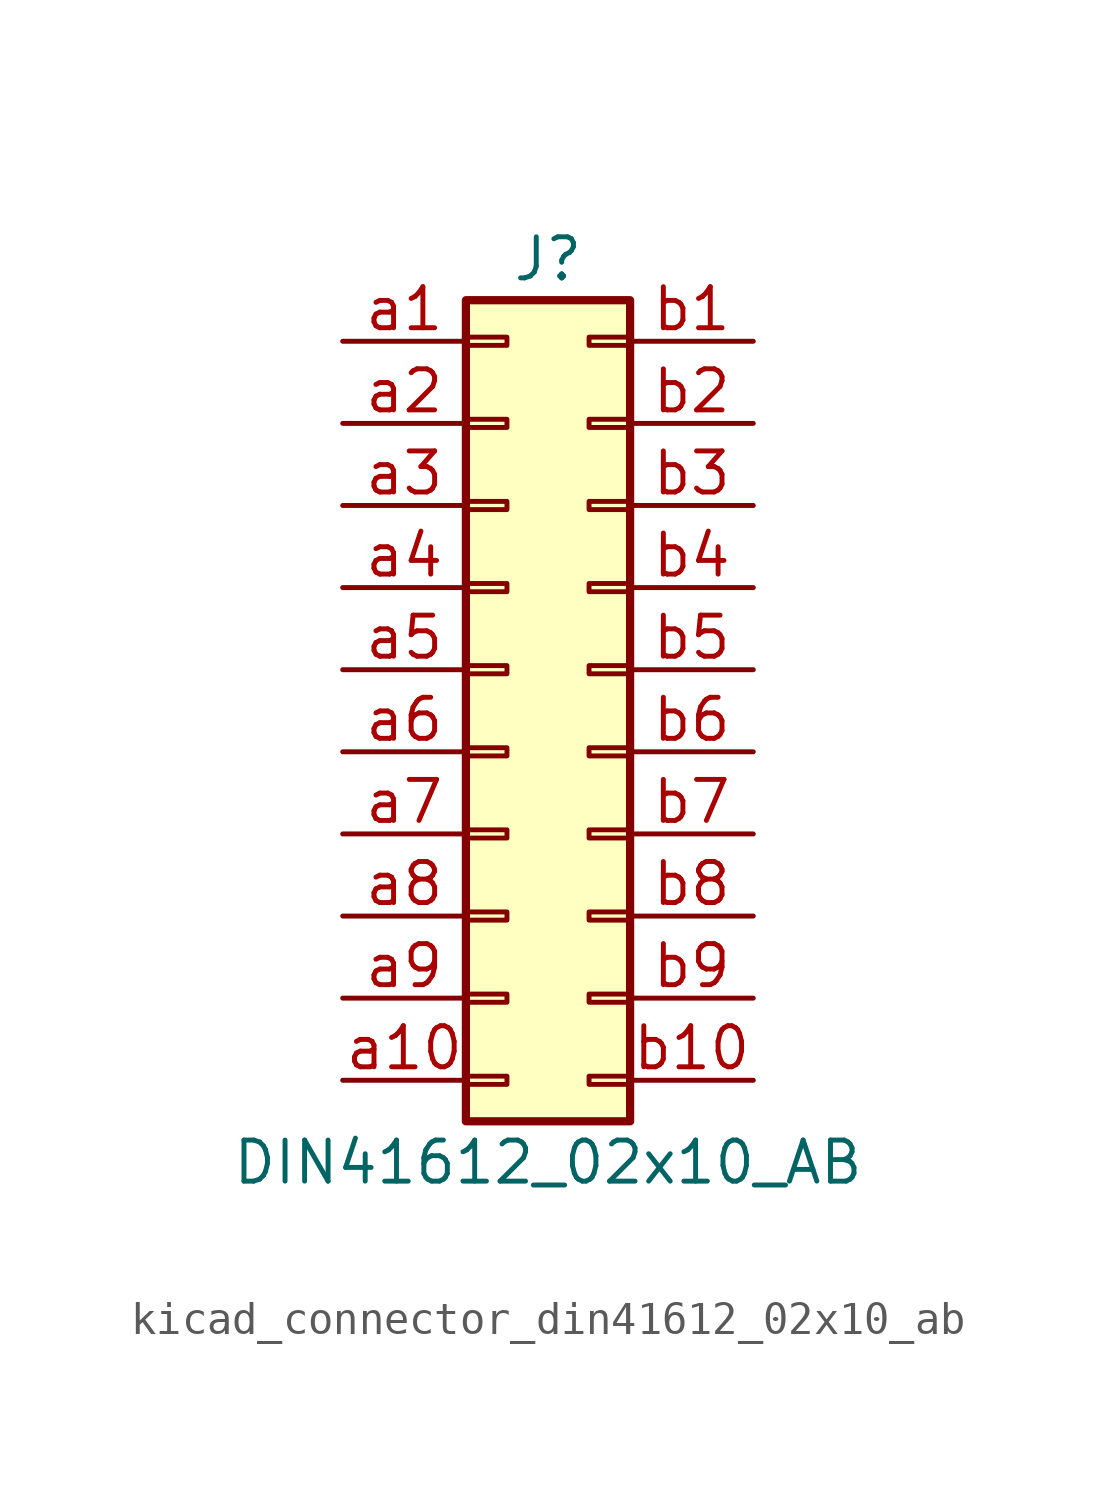
<source format=kicad_sym>
(kicad_symbol_lib
  (version 20220914)
  (generator kicad_symbol_editor)
  (symbol "kicad_connector_din41612_02x10_ab"
    (pin_names
      (offset 1.016) hide)
    (property "Reference" "J"
      (at 1.27 12.7 0)
      (effects (font (size 1.27 1.27))))
    (property "Value" "DIN41612_02x10_AB"
      (at 1.27 -15.24 0)
      (effects (font (size 1.27 1.27))))
    (symbol "kicad_connector_din41612_02x10_ab_1_1"
      (rectangle (start -1.27 -12.573) (end 0 -12.827) (stroke (width 0.152) (type default)) (fill (type none)))
      (rectangle (start -1.27 -10.033) (end 0 -10.287) (stroke (width 0.152) (type default)) (fill (type none)))
      (rectangle (start -1.27 -7.493) (end 0 -7.747) (stroke (width 0.152) (type default)) (fill (type none)))
      (rectangle (start -1.27 -4.953) (end 0 -5.207) (stroke (width 0.152) (type default)) (fill (type none)))
      (rectangle (start -1.27 -2.413) (end 0 -2.667) (stroke (width 0.152) (type default)) (fill (type none)))
      (rectangle (start -1.27 0.127) (end 0 -0.127) (stroke (width 0.152) (type default)) (fill (type none)))
      (rectangle (start -1.27 2.667) (end 0 2.413) (stroke (width 0.152) (type default)) (fill (type none)))
      (rectangle (start -1.27 5.207) (end 0 4.953) (stroke (width 0.152) (type default)) (fill (type none)))
      (rectangle (start -1.27 7.747) (end 0 7.493) (stroke (width 0.152) (type default)) (fill (type none)))
      (rectangle (start -1.27 10.287) (end 0 10.033) (stroke (width 0.152) (type default)) (fill (type none)))
      (rectangle (start -1.27 11.43) (end 3.81 -13.97) (stroke (width 0.254) (type default)) (fill (type background)))
      (rectangle (start 3.81 -12.573) (end 2.54 -12.827) (stroke (width 0.152) (type default)) (fill (type none)))
      (rectangle (start 3.81 -10.033) (end 2.54 -10.287) (stroke (width 0.152) (type default)) (fill (type none)))
      (rectangle (start 3.81 -7.493) (end 2.54 -7.747) (stroke (width 0.152) (type default)) (fill (type none)))
      (rectangle (start 3.81 -4.953) (end 2.54 -5.207) (stroke (width 0.152) (type default)) (fill (type none)))
      (rectangle (start 3.81 -2.413) (end 2.54 -2.667) (stroke (width 0.152) (type default)) (fill (type none)))
      (rectangle (start 3.81 0.127) (end 2.54 -0.127) (stroke (width 0.152) (type default)) (fill (type none)))
      (rectangle (start 3.81 2.667) (end 2.54 2.413) (stroke (width 0.152) (type default)) (fill (type none)))
      (rectangle (start 3.81 5.207) (end 2.54 4.953) (stroke (width 0.152) (type default)) (fill (type none)))
      (rectangle (start 3.81 7.747) (end 2.54 7.493) (stroke (width 0.152) (type default)) (fill (type none)))
      (rectangle (start 3.81 10.287) (end 2.54 10.033) (stroke (width 0.152) (type default)) (fill (type none)))
      (pin passive line (at -5.08 10.16 0) (length 3.81) (name "Pin_a1" (effects (font (size 1.27 1.27)))) (number "a1" (effects (font (size 1.27 1.27)))))
      (pin passive line (at -5.08 -12.7 0) (length 3.81) (name "Pin_a10" (effects (font (size 1.27 1.27)))) (number "a10" (effects (font (size 1.27 1.27)))))
      (pin passive line (at -5.08 7.62 0) (length 3.81) (name "Pin_a2" (effects (font (size 1.27 1.27)))) (number "a2" (effects (font (size 1.27 1.27)))))
      (pin passive line (at -5.08 5.08 0) (length 3.81) (name "Pin_a3" (effects (font (size 1.27 1.27)))) (number "a3" (effects (font (size 1.27 1.27)))))
      (pin passive line (at -5.08 2.54 0) (length 3.81) (name "Pin_a4" (effects (font (size 1.27 1.27)))) (number "a4" (effects (font (size 1.27 1.27)))))
      (pin passive line (at -5.08 0 0) (length 3.81) (name "Pin_a5" (effects (font (size 1.27 1.27)))) (number "a5" (effects (font (size 1.27 1.27)))))
      (pin passive line (at -5.08 -2.54 0) (length 3.81) (name "Pin_a6" (effects (font (size 1.27 1.27)))) (number "a6" (effects (font (size 1.27 1.27)))))
      (pin passive line (at -5.08 -5.08 0) (length 3.81) (name "Pin_a7" (effects (font (size 1.27 1.27)))) (number "a7" (effects (font (size 1.27 1.27)))))
      (pin passive line (at -5.08 -7.62 0) (length 3.81) (name "Pin_a8" (effects (font (size 1.27 1.27)))) (number "a8" (effects (font (size 1.27 1.27)))))
      (pin passive line (at -5.08 -10.16 0) (length 3.81) (name "Pin_a9" (effects (font (size 1.27 1.27)))) (number "a9" (effects (font (size 1.27 1.27)))))
      (pin passive line (at 7.62 10.16 180) (length 3.81) (name "Pin_b1" (effects (font (size 1.27 1.27)))) (number "b1" (effects (font (size 1.27 1.27)))))
      (pin passive line (at 7.62 -12.7 180) (length 3.81) (name "Pin_b10" (effects (font (size 1.27 1.27)))) (number "b10" (effects (font (size 1.27 1.27)))))
      (pin passive line (at 7.62 7.62 180) (length 3.81) (name "Pin_b2" (effects (font (size 1.27 1.27)))) (number "b2" (effects (font (size 1.27 1.27)))))
      (pin passive line (at 7.62 5.08 180) (length 3.81) (name "Pin_b3" (effects (font (size 1.27 1.27)))) (number "b3" (effects (font (size 1.27 1.27)))))
      (pin passive line (at 7.62 2.54 180) (length 3.81) (name "Pin_b4" (effects (font (size 1.27 1.27)))) (number "b4" (effects (font (size 1.27 1.27)))))
      (pin passive line (at 7.62 0 180) (length 3.81) (name "Pin_b5" (effects (font (size 1.27 1.27)))) (number "b5" (effects (font (size 1.27 1.27)))))
      (pin passive line (at 7.62 -2.54 180) (length 3.81) (name "Pin_b6" (effects (font (size 1.27 1.27)))) (number "b6" (effects (font (size 1.27 1.27)))))
      (pin passive line (at 7.62 -5.08 180) (length 3.81) (name "Pin_b7" (effects (font (size 1.27 1.27)))) (number "b7" (effects (font (size 1.27 1.27)))))
      (pin passive line (at 7.62 -7.62 180) (length 3.81) (name "Pin_b8" (effects (font (size 1.27 1.27)))) (number "b8" (effects (font (size 1.27 1.27)))))
      (pin passive line (at 7.62 -10.16 180) (length 3.81) (name "Pin_b9" (effects (font (size 1.27 1.27)))) (number "b9" (effects (font (size 1.27 1.27))))))))
</source>
